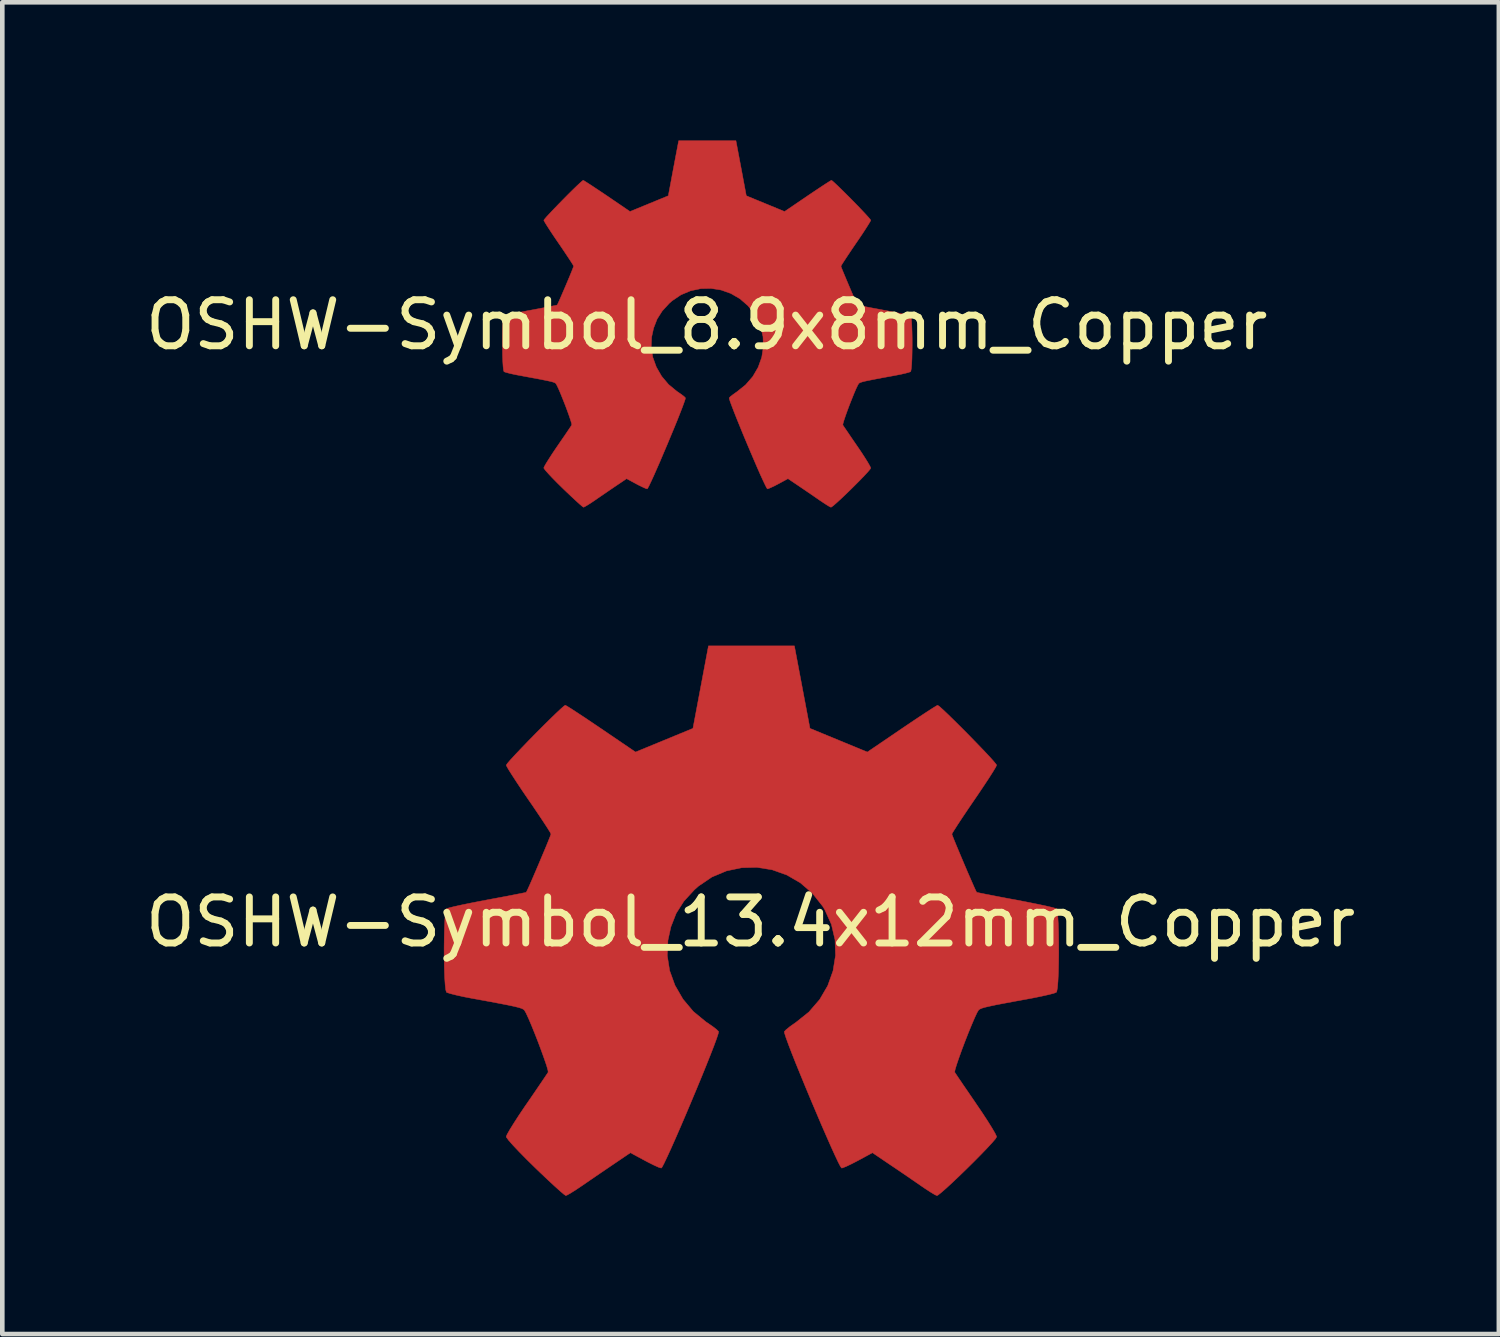
<source format=kicad_pcb>
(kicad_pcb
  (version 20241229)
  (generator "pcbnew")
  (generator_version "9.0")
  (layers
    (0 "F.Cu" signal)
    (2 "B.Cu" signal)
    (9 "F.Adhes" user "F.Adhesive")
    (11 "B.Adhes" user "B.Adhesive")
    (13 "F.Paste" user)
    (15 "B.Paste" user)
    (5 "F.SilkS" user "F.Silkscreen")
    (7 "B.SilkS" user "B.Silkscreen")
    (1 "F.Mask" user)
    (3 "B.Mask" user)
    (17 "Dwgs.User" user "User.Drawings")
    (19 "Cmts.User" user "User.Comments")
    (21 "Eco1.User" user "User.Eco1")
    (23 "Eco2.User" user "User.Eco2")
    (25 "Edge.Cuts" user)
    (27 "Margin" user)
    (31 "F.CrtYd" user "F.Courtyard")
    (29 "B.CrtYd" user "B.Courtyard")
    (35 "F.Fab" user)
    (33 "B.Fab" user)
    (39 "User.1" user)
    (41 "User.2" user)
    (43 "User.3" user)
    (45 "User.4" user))
  (footprint "OSHW-Symbol_8.9x8mm_Copper"
    (layer "F.Cu")
    (at 12.292 4.002)
    (property "Reference" "OSHW-Symbol_8.9x8mm_Copper" (at 0 0 0) (layer "F.SilkS") (effects (font (size 1 1) (thickness 0.15))))
    (attr exclude_from_pos_files exclude_from_bom)
    (fp_poly (pts (xy 0.747 -3.4) (xy 0.859 -2.802) (xy 1.275 -2.631) (xy 1.69 -2.46) (xy 2.188 -2.799) (xy 2.328 -2.893) (xy 2.454 -2.977) (xy 2.561 -3.048) (xy 2.643 -3.1) (xy 2.693 -3.131) (xy 2.707 -3.138) (xy 2.732 -3.121) (xy 2.785 -3.073) (xy 2.86 -3.002) (xy 2.952 -2.912) (xy 3.054 -2.811) (xy 3.161 -2.703) (xy 3.266 -2.596) (xy 3.363 -2.494) (xy 3.447 -2.405) (xy 3.512 -2.333) (xy 3.552 -2.286) (xy 3.561 -2.27) (xy 3.547 -2.241) (xy 3.509 -2.178) (xy 3.451 -2.086) (xy 3.376 -1.971) (xy 3.288 -1.841) (xy 3.237 -1.767) (xy 3.145 -1.632) (xy 3.063 -1.509) (xy 2.995 -1.406) (xy 2.945 -1.329) (xy 2.918 -1.283) (xy 2.914 -1.273) (xy 2.923 -1.245) (xy 2.948 -1.181) (xy 2.986 -1.09) (xy 3.032 -0.979) (xy 3.083 -0.859) (xy 3.134 -0.739) (xy 3.182 -0.627) (xy 3.224 -0.532) (xy 3.254 -0.464) (xy 3.271 -0.432) (xy 3.272 -0.431) (xy 3.297 -0.424) (xy 3.364 -0.411) (xy 3.466 -0.39) (xy 3.597 -0.365) (xy 3.748 -0.337) (xy 3.837 -0.32) (xy 3.998 -0.29) (xy 4.145 -0.26) (xy 4.268 -0.234) (xy 4.36 -0.213) (xy 4.415 -0.197) (xy 4.426 -0.193) (xy 4.437 -0.16) (xy 4.446 -0.086) (xy 4.452 0.02) (xy 4.457 0.15) (xy 4.46 0.296) (xy 4.46 0.448) (xy 4.458 0.598) (xy 4.455 0.737) (xy 4.449 0.857) (xy 4.441 0.949) (xy 4.431 1.005) (xy 4.425 1.016) (xy 4.39 1.03) (xy 4.316 1.05) (xy 4.212 1.074) (xy 4.089 1.098) (xy 4.046 1.106) (xy 3.838 1.144) (xy 3.674 1.175) (xy 3.548 1.2) (xy 3.455 1.219) (xy 3.389 1.235) (xy 3.346 1.248) (xy 3.318 1.26) (xy 3.302 1.272) (xy 3.3 1.274) (xy 3.278 1.311) (xy 3.243 1.384) (xy 3.2 1.484) (xy 3.153 1.601) (xy 3.103 1.727) (xy 3.056 1.852) (xy 3.014 1.969) (xy 2.981 2.067) (xy 2.96 2.138) (xy 2.954 2.173) (xy 2.954 2.174) (xy 2.973 2.203) (xy 3.016 2.266) (xy 3.078 2.357) (xy 3.154 2.469) (xy 3.241 2.596) (xy 3.266 2.632) (xy 3.355 2.763) (xy 3.433 2.883) (xy 3.496 2.984) (xy 3.539 3.06) (xy 3.56 3.103) (xy 3.561 3.109) (xy 3.544 3.137) (xy 3.496 3.193) (xy 3.424 3.271) (xy 3.334 3.365) (xy 3.232 3.468) (xy 3.124 3.575) (xy 3.016 3.68) (xy 2.914 3.776) (xy 2.825 3.858) (xy 2.755 3.919) (xy 2.709 3.954) (xy 2.696 3.959) (xy 2.667 3.946) (xy 2.607 3.91) (xy 2.526 3.857) (xy 2.463 3.815) (xy 2.35 3.737) (xy 2.216 3.645) (xy 2.081 3.553) (xy 2.009 3.504) (xy 1.764 3.339) (xy 1.559 3.45) (xy 1.465 3.499) (xy 1.385 3.536) (xy 1.331 3.558) (xy 1.318 3.561) (xy 1.301 3.539) (xy 1.269 3.476) (xy 1.223 3.379) (xy 1.165 3.253) (xy 1.099 3.103) (xy 1.027 2.936) (xy 0.951 2.758) (xy 0.873 2.574) (xy 0.796 2.39) (xy 0.723 2.211) (xy 0.655 2.044) (xy 0.596 1.895) (xy 0.547 1.768) (xy 0.511 1.671) (xy 0.491 1.608) (xy 0.488 1.586) (xy 0.513 1.558) (xy 0.57 1.514) (xy 0.644 1.461) (xy 0.651 1.457) (xy 0.844 1.302) (xy 1 1.122) (xy 1.117 0.921) (xy 1.194 0.706) (xy 1.229 0.483) (xy 1.222 0.257) (xy 1.17 0.034) (xy 1.073 -0.18) (xy 1.044 -0.226) (xy 0.896 -0.415) (xy 0.72 -0.567) (xy 0.524 -0.681) (xy 0.313 -0.756) (xy 0.093 -0.791) (xy -0.13 -0.786) (xy -0.349 -0.74) (xy -0.559 -0.652) (xy -0.753 -0.521) (xy -0.813 -0.468) (xy -0.966 -0.301) (xy -1.077 -0.126) (xy -1.153 0.07) (xy -1.196 0.265) (xy -1.206 0.483) (xy -1.171 0.703) (xy -1.094 0.916) (xy -0.979 1.116) (xy -0.829 1.294) (xy -0.647 1.444) (xy -0.623 1.46) (xy -0.548 1.512) (xy -0.49 1.557) (xy -0.463 1.585) (xy -0.462 1.586) (xy -0.468 1.617) (xy -0.492 1.687) (xy -0.53 1.791) (xy -0.581 1.922) (xy -0.642 2.076) (xy -0.711 2.245) (xy -0.786 2.425) (xy -0.863 2.61) (xy -0.941 2.793) (xy -1.016 2.97) (xy -1.088 3.134) (xy -1.152 3.279) (xy -1.208 3.4) (xy -1.251 3.491) (xy -1.281 3.546) (xy -1.293 3.561) (xy -1.329 3.55) (xy -1.397 3.519) (xy -1.485 3.476) (xy -1.534 3.45) (xy -1.739 3.339) (xy -1.984 3.504) (xy -2.109 3.589) (xy -2.246 3.683) (xy -2.374 3.77) (xy -2.438 3.815) (xy -2.528 3.875) (xy -2.605 3.923) (xy -2.658 3.953) (xy -2.675 3.959) (xy -2.7 3.942) (xy -2.755 3.895) (xy -2.835 3.823) (xy -2.934 3.731) (xy -3.048 3.623) (xy -3.12 3.554) (xy -3.245 3.431) (xy -3.354 3.32) (xy -3.441 3.227) (xy -3.503 3.157) (xy -3.534 3.114) (xy -3.537 3.105) (xy -3.523 3.072) (xy -3.485 3.005) (xy -3.426 2.911) (xy -3.352 2.796) (xy -3.266 2.668) (xy -3.241 2.632) (xy -3.152 2.502) (xy -3.072 2.386) (xy -3.006 2.288) (xy -2.958 2.217) (xy -2.932 2.178) (xy -2.93 2.174) (xy -2.933 2.143) (xy -2.953 2.076) (xy -2.985 1.98) (xy -3.026 1.865) (xy -3.073 1.74) (xy -3.123 1.614) (xy -3.171 1.495) (xy -3.214 1.394) (xy -3.25 1.318) (xy -3.273 1.276) (xy -3.275 1.274) (xy -3.29 1.262) (xy -3.314 1.25) (xy -3.355 1.237) (xy -3.416 1.222) (xy -3.503 1.204) (xy -3.622 1.18) (xy -3.779 1.151) (xy -3.978 1.114) (xy -4.021 1.106) (xy -4.149 1.082) (xy -4.26 1.058) (xy -4.345 1.036) (xy -4.394 1.02) (xy -4.401 1.016) (xy -4.411 0.983) (xy -4.42 0.909) (xy -4.427 0.802) (xy -4.432 0.672) (xy -4.434 0.526) (xy -4.435 0.374) (xy -4.434 0.224) (xy -4.43 0.085) (xy -4.425 -0.034) (xy -4.417 -0.126) (xy -4.407 -0.181) (xy -4.401 -0.193) (xy -4.369 -0.204) (xy -4.295 -0.222) (xy -4.186 -0.246) (xy -4.051 -0.274) (xy -3.896 -0.305) (xy -3.812 -0.32) (xy -3.652 -0.35) (xy -3.509 -0.377) (xy -3.391 -0.4) (xy -3.304 -0.418) (xy -3.255 -0.428) (xy -3.247 -0.431) (xy -3.233 -0.457) (xy -3.204 -0.52) (xy -3.164 -0.611) (xy -3.117 -0.721) (xy -3.065 -0.841) (xy -3.014 -0.962) (xy -2.967 -1.074) (xy -2.928 -1.17) (xy -2.901 -1.239) (xy -2.889 -1.273) (xy -2.889 -1.274) (xy -2.902 -1.301) (xy -2.94 -1.362) (xy -2.999 -1.452) (xy -3.074 -1.565) (xy -3.161 -1.694) (xy -3.212 -1.768) (xy -3.305 -1.904) (xy -3.387 -2.027) (xy -3.455 -2.132) (xy -3.505 -2.212) (xy -3.532 -2.26) (xy -3.536 -2.271) (xy -3.519 -2.296) (xy -3.473 -2.35) (xy -3.402 -2.426) (xy -3.314 -2.519) (xy -3.214 -2.623) (xy -3.108 -2.731) (xy -3.002 -2.838) (xy -2.902 -2.937) (xy -2.814 -3.022) (xy -2.743 -3.088) (xy -2.697 -3.128) (xy -2.682 -3.138) (xy -2.656 -3.124) (xy -2.596 -3.086) (xy -2.506 -3.028) (xy -2.393 -2.953) (xy -2.262 -2.866) (xy -2.163 -2.799) (xy -1.665 -2.46) (xy -1.25 -2.631) (xy -0.834 -2.802) (xy -0.722 -3.4) (xy -0.609 -3.997) (xy 0.634 -3.997) (xy 0.747 -3.4)) (stroke (width 0.01) (type solid)) (fill yes) (layer "F.Cu")))
  (footprint "OSHW-Symbol_13.4x12mm_Copper"
    (layer "F.Cu")
    (at 13.244 16.966)
    (property "Reference" "OSHW-Symbol_13.4x12mm_Copper" (at 0 0 0) (layer "F.SilkS") (effects (font (size 1 1) (thickness 0.15))))
    (attr exclude_from_pos_files exclude_from_bom)
    (fp_poly (pts (xy 1.12 -5.099) (xy 1.289 -4.204) (xy 1.912 -3.947) (xy 2.535 -3.69) (xy 3.282 -4.198) (xy 3.492 -4.34) (xy 3.681 -4.466) (xy 3.841 -4.571) (xy 3.964 -4.65) (xy 4.04 -4.696) (xy 4.06 -4.706) (xy 4.098 -4.681) (xy 4.177 -4.61) (xy 4.29 -4.503) (xy 4.428 -4.368) (xy 4.581 -4.216) (xy 4.741 -4.055) (xy 4.898 -3.893) (xy 5.045 -3.741) (xy 5.171 -3.607) (xy 5.268 -3.5) (xy 5.327 -3.429) (xy 5.341 -3.406) (xy 5.321 -3.362) (xy 5.264 -3.267) (xy 5.176 -3.128) (xy 5.063 -2.957) (xy 4.932 -2.762) (xy 4.856 -2.651) (xy 4.717 -2.447) (xy 4.594 -2.264) (xy 4.492 -2.109) (xy 4.418 -1.993) (xy 4.376 -1.924) (xy 4.37 -1.909) (xy 4.384 -1.868) (xy 4.422 -1.772) (xy 4.479 -1.634) (xy 4.548 -1.469) (xy 4.624 -1.289) (xy 4.701 -1.108) (xy 4.774 -0.94) (xy 4.836 -0.798) (xy 4.882 -0.696) (xy 4.906 -0.648) (xy 4.907 -0.646) (xy 4.945 -0.637) (xy 5.046 -0.616) (xy 5.2 -0.586) (xy 5.395 -0.548) (xy 5.622 -0.505) (xy 5.755 -0.481) (xy 5.998 -0.434) (xy 6.217 -0.39) (xy 6.402 -0.351) (xy 6.541 -0.319) (xy 6.623 -0.296) (xy 6.639 -0.289) (xy 6.656 -0.24) (xy 6.669 -0.129) (xy 6.679 0.03) (xy 6.686 0.226) (xy 6.689 0.444) (xy 6.69 0.672) (xy 6.687 0.897) (xy 6.682 1.106) (xy 6.673 1.286) (xy 6.662 1.424) (xy 6.647 1.507) (xy 6.638 1.525) (xy 6.586 1.546) (xy 6.474 1.575) (xy 6.318 1.61) (xy 6.133 1.648) (xy 6.069 1.66) (xy 5.757 1.717) (xy 5.511 1.763) (xy 5.322 1.799) (xy 5.183 1.829) (xy 5.084 1.852) (xy 5.018 1.872) (xy 4.978 1.89) (xy 4.953 1.907) (xy 4.95 1.911) (xy 4.916 1.967) (xy 4.865 2.077) (xy 4.801 2.226) (xy 4.729 2.401) (xy 4.655 2.59) (xy 4.584 2.778) (xy 4.521 2.953) (xy 4.471 3.1) (xy 4.439 3.207) (xy 4.431 3.259) (xy 4.432 3.261) (xy 4.46 3.304) (xy 4.524 3.399) (xy 4.616 3.535) (xy 4.732 3.704) (xy 4.862 3.894) (xy 4.899 3.949) (xy 5.032 4.145) (xy 5.149 4.324) (xy 5.243 4.475) (xy 5.309 4.589) (xy 5.34 4.655) (xy 5.341 4.663) (xy 5.316 4.706) (xy 5.244 4.79) (xy 5.136 4.907) (xy 5.001 5.047) (xy 4.848 5.202) (xy 4.685 5.363) (xy 4.524 5.519) (xy 4.371 5.664) (xy 4.238 5.786) (xy 4.132 5.878) (xy 4.064 5.931) (xy 4.045 5.939) (xy 4 5.919) (xy 3.91 5.865) (xy 3.788 5.786) (xy 3.695 5.722) (xy 3.525 5.605) (xy 3.324 5.467) (xy 3.122 5.33) (xy 3.013 5.257) (xy 2.646 5.008) (xy 2.338 5.175) (xy 2.197 5.248) (xy 2.078 5.305) (xy 1.997 5.337) (xy 1.977 5.341) (xy 1.952 5.308) (xy 1.903 5.214) (xy 1.834 5.068) (xy 1.748 4.879) (xy 1.649 4.655) (xy 1.54 4.405) (xy 1.426 4.137) (xy 1.309 3.861) (xy 1.194 3.585) (xy 1.084 3.317) (xy 0.982 3.067) (xy 0.893 2.842) (xy 0.82 2.652) (xy 0.767 2.506) (xy 0.737 2.411) (xy 0.732 2.379) (xy 0.77 2.338) (xy 0.854 2.27) (xy 0.966 2.191) (xy 0.976 2.185) (xy 1.266 1.953) (xy 1.5 1.682) (xy 1.675 1.382) (xy 1.79 1.06) (xy 1.844 0.725) (xy 1.833 0.386) (xy 1.755 0.052) (xy 1.61 -0.269) (xy 1.567 -0.34) (xy 1.344 -0.623) (xy 1.08 -0.851) (xy 0.786 -1.021) (xy 0.469 -1.134) (xy 0.139 -1.187) (xy -0.195 -1.179) (xy -0.523 -1.11) (xy -0.838 -0.978) (xy -1.129 -0.781) (xy -1.219 -0.701) (xy -1.448 -0.452) (xy -1.615 -0.189) (xy -1.73 0.105) (xy -1.794 0.397) (xy -1.809 0.725) (xy -1.757 1.055) (xy -1.641 1.375) (xy -1.468 1.674) (xy -1.243 1.942) (xy -0.971 2.166) (xy -0.935 2.19) (xy -0.822 2.268) (xy -0.736 2.335) (xy -0.694 2.378) (xy -0.694 2.379) (xy -0.703 2.425) (xy -0.738 2.531) (xy -0.795 2.686) (xy -0.872 2.884) (xy -0.964 3.114) (xy -1.067 3.368) (xy -1.179 3.638) (xy -1.295 3.915) (xy -1.411 4.19) (xy -1.525 4.455) (xy -1.632 4.701) (xy -1.729 4.919) (xy -1.812 5.1) (xy -1.877 5.237) (xy -1.921 5.32) (xy -1.939 5.341) (xy -1.994 5.325) (xy -2.096 5.279) (xy -2.228 5.213) (xy -2.3 5.175) (xy -2.609 5.008) (xy -2.976 5.257) (xy -3.163 5.384) (xy -3.369 5.524) (xy -3.561 5.656) (xy -3.657 5.722) (xy -3.793 5.813) (xy -3.907 5.885) (xy -3.986 5.929) (xy -4.012 5.938) (xy -4.049 5.913) (xy -4.132 5.843) (xy -4.252 5.735) (xy -4.401 5.597) (xy -4.572 5.435) (xy -4.68 5.331) (xy -4.868 5.146) (xy -5.031 4.98) (xy -5.162 4.841) (xy -5.254 4.736) (xy -5.301 4.671) (xy -5.305 4.658) (xy -5.284 4.608) (xy -5.227 4.508) (xy -5.139 4.366) (xy -5.028 4.194) (xy -4.899 4.002) (xy -4.862 3.949) (xy -4.728 3.754) (xy -4.608 3.578) (xy -4.509 3.432) (xy -4.437 3.325) (xy -4.398 3.267) (xy -4.394 3.261) (xy -4.4 3.215) (xy -4.429 3.113) (xy -4.478 2.97) (xy -4.54 2.798) (xy -4.61 2.61) (xy -4.684 2.421) (xy -4.756 2.243) (xy -4.821 2.091) (xy -4.874 1.976) (xy -4.91 1.914) (xy -4.913 1.911) (xy -4.935 1.893) (xy -4.972 1.875) (xy -5.032 1.856) (xy -5.124 1.833) (xy -5.255 1.805) (xy -5.434 1.77) (xy -5.668 1.726) (xy -5.967 1.671) (xy -6.031 1.66) (xy -6.223 1.623) (xy -6.39 1.586) (xy -6.517 1.554) (xy -6.591 1.53) (xy -6.601 1.525) (xy -6.617 1.475) (xy -6.63 1.364) (xy -6.641 1.204) (xy -6.648 1.008) (xy -6.652 0.79) (xy -6.653 0.562) (xy -6.65 0.337) (xy -6.645 0.128) (xy -6.637 -0.052) (xy -6.625 -0.189) (xy -6.611 -0.272) (xy -6.602 -0.289) (xy -6.553 -0.306) (xy -6.442 -0.334) (xy -6.279 -0.37) (xy -6.076 -0.412) (xy -5.844 -0.457) (xy -5.718 -0.481) (xy -5.478 -0.526) (xy -5.264 -0.566) (xy -5.086 -0.601) (xy -4.955 -0.627) (xy -4.882 -0.642) (xy -4.87 -0.646) (xy -4.85 -0.685) (xy -4.806 -0.78) (xy -4.746 -0.917) (xy -4.675 -1.082) (xy -4.598 -1.262) (xy -4.522 -1.443) (xy -4.451 -1.611) (xy -4.392 -1.755) (xy -4.351 -1.858) (xy -4.333 -1.909) (xy -4.333 -1.911) (xy -4.353 -1.951) (xy -4.41 -2.043) (xy -4.498 -2.178) (xy -4.611 -2.347) (xy -4.742 -2.541) (xy -4.819 -2.652) (xy -4.958 -2.856) (xy -5.081 -3.041) (xy -5.183 -3.198) (xy -5.258 -3.317) (xy -5.298 -3.39) (xy -5.304 -3.406) (xy -5.279 -3.444) (xy -5.209 -3.525) (xy -5.103 -3.64) (xy -4.971 -3.779) (xy -4.821 -3.935) (xy -4.662 -4.097) (xy -4.503 -4.257) (xy -4.353 -4.405) (xy -4.221 -4.533) (xy -4.115 -4.632) (xy -4.046 -4.692) (xy -4.022 -4.706) (xy -3.984 -4.686) (xy -3.894 -4.63) (xy -3.759 -4.542) (xy -3.589 -4.43) (xy -3.393 -4.298) (xy -3.245 -4.198) (xy -2.498 -3.69) (xy -1.874 -3.947) (xy -1.251 -4.204) (xy -0.914 -5.995) (xy 0.951 -5.995) (xy 1.12 -5.099)) (stroke (width 0.01) (type solid)) (fill yes) (layer "F.Cu")))
  (gr_rect
    (start -3 -3)
    (end 29.488 25.91)
    (stroke (width 0.1) (type default))
    (fill no)
    (layer "Edge.Cuts")))
</source>
